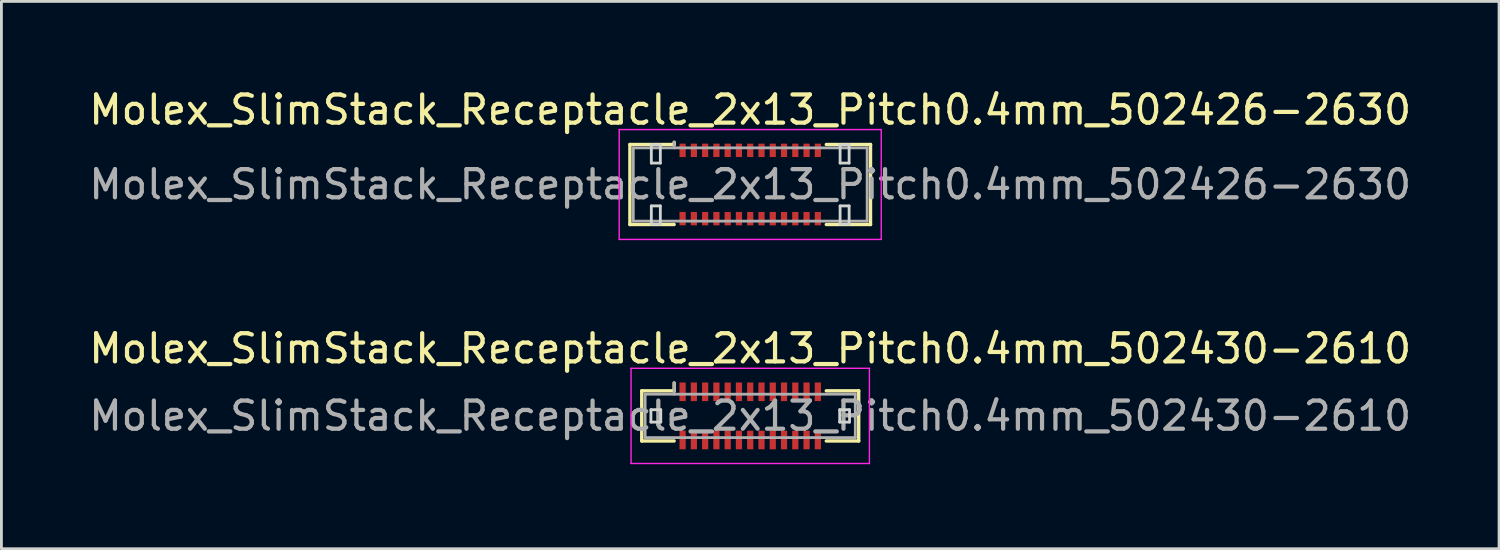
<source format=kicad_pcb>
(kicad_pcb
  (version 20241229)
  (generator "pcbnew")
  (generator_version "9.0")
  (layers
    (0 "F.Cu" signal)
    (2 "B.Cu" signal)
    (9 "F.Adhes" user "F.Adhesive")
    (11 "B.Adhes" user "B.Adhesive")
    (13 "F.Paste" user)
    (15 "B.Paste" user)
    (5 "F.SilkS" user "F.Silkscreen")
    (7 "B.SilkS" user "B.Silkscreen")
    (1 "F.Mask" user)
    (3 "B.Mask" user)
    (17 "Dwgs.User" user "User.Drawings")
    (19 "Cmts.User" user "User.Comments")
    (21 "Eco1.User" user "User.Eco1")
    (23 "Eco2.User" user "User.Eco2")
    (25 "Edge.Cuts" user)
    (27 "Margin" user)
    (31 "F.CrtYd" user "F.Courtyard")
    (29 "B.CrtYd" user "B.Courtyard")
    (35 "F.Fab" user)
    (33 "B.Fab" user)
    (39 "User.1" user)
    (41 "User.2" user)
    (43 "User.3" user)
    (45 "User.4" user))
  (footprint "Molex_SlimStack_Receptacle_2x13_Pitch0.4mm_502430-2610"
    (layer "F.Cu")
    (at 23.577 11.711)
    (property "Reference" "Molex_SlimStack_Receptacle_2x13_Pitch0.4mm_502430-2610" (at 0 -2.39 0) (layer "F.SilkS") (effects (font (size 1 1) (thickness 0.15))))
    (attr smd)
    (fp_line (start -3.85 -0.89) (end -2.7 -0.89) (stroke (width 0.12) (type solid)) (layer "F.SilkS"))
    (fp_line (start -3.85 0.89) (end -3.85 -0.89) (stroke (width 0.12) (type solid)) (layer "F.SilkS"))
    (fp_line (start -2.7 -0.89) (end -2.7 -1.17) (stroke (width 0.12) (type solid)) (layer "F.SilkS"))
    (fp_line (start -2.7 0.89) (end -3.85 0.89) (stroke (width 0.12) (type solid)) (layer "F.SilkS"))
    (fp_line (start 2.7 0.89) (end 3.85 0.89) (stroke (width 0.12) (type solid)) (layer "F.SilkS"))
    (fp_line (start 3.85 -0.89) (end 2.7 -0.89) (stroke (width 0.12) (type solid)) (layer "F.SilkS"))
    (fp_line (start 3.85 0.89) (end 3.85 -0.89) (stroke (width 0.12) (type solid)) (layer "F.SilkS"))
    (fp_line (start -3.525 -0.22) (end -3.525 0.22) (stroke (width 0.1) (type solid)) (layer "Edge.Cuts"))
    (fp_line (start -3.525 0.22) (end -3.175 0.22) (stroke (width 0.1) (type solid)) (layer "Edge.Cuts"))
    (fp_line (start -3.175 -0.22) (end -3.525 -0.22) (stroke (width 0.1) (type solid)) (layer "Edge.Cuts"))
    (fp_line (start -3.175 0.22) (end -3.175 -0.22) (stroke (width 0.1) (type solid)) (layer "Edge.Cuts"))
    (fp_line (start 3.175 -0.22) (end 3.175 0.22) (stroke (width 0.1) (type solid)) (layer "Edge.Cuts"))
    (fp_line (start 3.175 0.22) (end 3.525 0.22) (stroke (width 0.1) (type solid)) (layer "Edge.Cuts"))
    (fp_line (start 3.525 -0.22) (end 3.175 -0.22) (stroke (width 0.1) (type solid)) (layer "Edge.Cuts"))
    (fp_line (start 3.525 0.22) (end 3.525 -0.22) (stroke (width 0.1) (type solid)) (layer "Edge.Cuts"))
    (fp_line (start -4.23 -1.69) (end -4.23 1.69) (stroke (width 0.05) (type solid)) (layer "F.CrtYd"))
    (fp_line (start -4.23 1.69) (end 4.23 1.69) (stroke (width 0.05) (type solid)) (layer "F.CrtYd"))
    (fp_line (start 4.23 -1.69) (end -4.23 -1.69) (stroke (width 0.05) (type solid)) (layer "F.CrtYd"))
    (fp_line (start 4.23 1.69) (end 4.23 -1.69) (stroke (width 0.05) (type solid)) (layer "F.CrtYd"))
    (fp_line (start -3.73 -0.77) (end -3.73 0.77) (stroke (width 0.1) (type solid)) (layer "F.Fab"))
    (fp_line (start -3.73 0.77) (end 3.73 0.77) (stroke (width 0.1) (type solid)) (layer "F.Fab"))
    (fp_line (start -2.7 -0.77) (end -2.7 -1.17) (stroke (width 0.1) (type solid)) (layer "F.Fab"))
    (fp_line (start 3.73 -0.77) (end -3.73 -0.77) (stroke (width 0.1) (type solid)) (layer "F.Fab"))
    (fp_line (start 3.73 0.77) (end 3.73 -0.77) (stroke (width 0.1) (type solid)) (layer "F.Fab"))
    (fp_text user "${REFERENCE}" (at 0 0 0) (layer "F.Fab") (effects (font (size 1 1) (thickness 0.15))))
    (pad "1" smd rect (at -2.4 -0.855) (size 0.22 0.66) (layers "F.Cu" "F.Mask" "F.Paste"))
    (pad "2" smd rect (at -2.4 0.855) (size 0.22 0.66) (layers "F.Cu" "F.Mask" "F.Paste"))
    (pad "3" smd rect (at -2 -0.855) (size 0.22 0.66) (layers "F.Cu" "F.Mask" "F.Paste"))
    (pad "4" smd rect (at -2 0.855) (size 0.22 0.66) (layers "F.Cu" "F.Mask" "F.Paste"))
    (pad "5" smd rect (at -1.6 -0.855) (size 0.22 0.66) (layers "F.Cu" "F.Mask" "F.Paste"))
    (pad "6" smd rect (at -1.6 0.855) (size 0.22 0.66) (layers "F.Cu" "F.Mask" "F.Paste"))
    (pad "7" smd rect (at -1.2 -0.855) (size 0.22 0.66) (layers "F.Cu" "F.Mask" "F.Paste"))
    (pad "8" smd rect (at -1.2 0.855) (size 0.22 0.66) (layers "F.Cu" "F.Mask" "F.Paste"))
    (pad "9" smd rect (at -0.8 -0.855) (size 0.22 0.66) (layers "F.Cu" "F.Mask" "F.Paste"))
    (pad "10" smd rect (at -0.8 0.855) (size 0.22 0.66) (layers "F.Cu" "F.Mask" "F.Paste"))
    (pad "11" smd rect (at -0.4 -0.855) (size 0.22 0.66) (layers "F.Cu" "F.Mask" "F.Paste"))
    (pad "12" smd rect (at -0.4 0.855) (size 0.22 0.66) (layers "F.Cu" "F.Mask" "F.Paste"))
    (pad "13" smd rect (at 0 -0.855) (size 0.22 0.66) (layers "F.Cu" "F.Mask" "F.Paste"))
    (pad "14" smd rect (at 0 0.855) (size 0.22 0.66) (layers "F.Cu" "F.Mask" "F.Paste"))
    (pad "15" smd rect (at 0.4 -0.855) (size 0.22 0.66) (layers "F.Cu" "F.Mask" "F.Paste"))
    (pad "16" smd rect (at 0.4 0.855) (size 0.22 0.66) (layers "F.Cu" "F.Mask" "F.Paste"))
    (pad "17" smd rect (at 0.8 -0.855) (size 0.22 0.66) (layers "F.Cu" "F.Mask" "F.Paste"))
    (pad "18" smd rect (at 0.8 0.855) (size 0.22 0.66) (layers "F.Cu" "F.Mask" "F.Paste"))
    (pad "19" smd rect (at 1.2 -0.855) (size 0.22 0.66) (layers "F.Cu" "F.Mask" "F.Paste"))
    (pad "20" smd rect (at 1.2 0.855) (size 0.22 0.66) (layers "F.Cu" "F.Mask" "F.Paste"))
    (pad "21" smd rect (at 1.6 -0.855) (size 0.22 0.66) (layers "F.Cu" "F.Mask" "F.Paste"))
    (pad "22" smd rect (at 1.6 0.855) (size 0.22 0.66) (layers "F.Cu" "F.Mask" "F.Paste"))
    (pad "23" smd rect (at 2 -0.855) (size 0.22 0.66) (layers "F.Cu" "F.Mask" "F.Paste"))
    (pad "24" smd rect (at 2 0.855) (size 0.22 0.66) (layers "F.Cu" "F.Mask" "F.Paste"))
    (pad "25" smd rect (at 2.4 -0.855) (size 0.22 0.66) (layers "F.Cu" "F.Mask" "F.Paste"))
    (pad "26" smd rect (at 2.4 0.855) (size 0.22 0.66) (layers "F.Cu" "F.Mask" "F.Paste")))
  (footprint "Molex_SlimStack_Receptacle_2x13_Pitch0.4mm_502426-2630"
    (layer "F.Cu")
    (at 23.577 3.498)
    (property "Reference" "Molex_SlimStack_Receptacle_2x13_Pitch0.4mm_502426-2630" (at 0 -2.65 0) (layer "F.SilkS") (effects (font (size 1 1) (thickness 0.15))))
    (attr smd)
    (fp_line (start -4.27 -1.42) (end -2.7 -1.42) (stroke (width 0.12) (type solid)) (layer "F.SilkS"))
    (fp_line (start -4.27 1.42) (end -4.27 -1.42) (stroke (width 0.12) (type solid)) (layer "F.SilkS"))
    (fp_line (start -2.7 -1.42) (end -2.7 -1.5) (stroke (width 0.12) (type solid)) (layer "F.SilkS"))
    (fp_line (start -2.7 1.42) (end -4.27 1.42) (stroke (width 0.12) (type solid)) (layer "F.SilkS"))
    (fp_line (start 2.7 1.42) (end 4.27 1.42) (stroke (width 0.12) (type solid)) (layer "F.SilkS"))
    (fp_line (start 4.27 -1.42) (end 2.7 -1.42) (stroke (width 0.12) (type solid)) (layer "F.SilkS"))
    (fp_line (start 4.27 1.42) (end 4.27 -1.42) (stroke (width 0.12) (type solid)) (layer "F.SilkS"))
    (fp_line (start -3.51 -1.41) (end -3.51 -0.76) (stroke (width 0.1) (type solid)) (layer "Edge.Cuts"))
    (fp_line (start -3.51 -0.76) (end -3.19 -0.76) (stroke (width 0.1) (type solid)) (layer "Edge.Cuts"))
    (fp_line (start -3.51 0.76) (end -3.51 1.41) (stroke (width 0.1) (type solid)) (layer "Edge.Cuts"))
    (fp_line (start -3.51 1.41) (end -3.19 1.41) (stroke (width 0.1) (type solid)) (layer "Edge.Cuts"))
    (fp_line (start -3.19 -1.41) (end -3.51 -1.41) (stroke (width 0.1) (type solid)) (layer "Edge.Cuts"))
    (fp_line (start -3.19 -0.76) (end -3.19 -1.41) (stroke (width 0.1) (type solid)) (layer "Edge.Cuts"))
    (fp_line (start -3.19 0.76) (end -3.51 0.76) (stroke (width 0.1) (type solid)) (layer "Edge.Cuts"))
    (fp_line (start -3.19 1.41) (end -3.19 0.76) (stroke (width 0.1) (type solid)) (layer "Edge.Cuts"))
    (fp_line (start 3.19 -1.41) (end 3.19 -0.76) (stroke (width 0.1) (type solid)) (layer "Edge.Cuts"))
    (fp_line (start 3.19 -0.76) (end 3.51 -0.76) (stroke (width 0.1) (type solid)) (layer "Edge.Cuts"))
    (fp_line (start 3.19 0.76) (end 3.19 1.41) (stroke (width 0.1) (type solid)) (layer "Edge.Cuts"))
    (fp_line (start 3.19 1.41) (end 3.51 1.41) (stroke (width 0.1) (type solid)) (layer "Edge.Cuts"))
    (fp_line (start 3.51 -1.41) (end 3.19 -1.41) (stroke (width 0.1) (type solid)) (layer "Edge.Cuts"))
    (fp_line (start 3.51 -0.76) (end 3.51 -1.41) (stroke (width 0.1) (type solid)) (layer "Edge.Cuts"))
    (fp_line (start 3.51 0.76) (end 3.19 0.76) (stroke (width 0.1) (type solid)) (layer "Edge.Cuts"))
    (fp_line (start 3.51 1.41) (end 3.51 0.76) (stroke (width 0.1) (type solid)) (layer "Edge.Cuts"))
    (fp_line (start -4.65 -1.95) (end -4.65 1.95) (stroke (width 0.05) (type solid)) (layer "F.CrtYd"))
    (fp_line (start -4.65 1.95) (end 4.65 1.95) (stroke (width 0.05) (type solid)) (layer "F.CrtYd"))
    (fp_line (start 4.65 -1.95) (end -4.65 -1.95) (stroke (width 0.05) (type solid)) (layer "F.CrtYd"))
    (fp_line (start 4.65 1.95) (end 4.65 -1.95) (stroke (width 0.05) (type solid)) (layer "F.CrtYd"))
    (fp_line (start -4.15 -1.3) (end -4.15 1.3) (stroke (width 0.1) (type solid)) (layer "F.Fab"))
    (fp_line (start -4.15 1.3) (end 4.15 1.3) (stroke (width 0.1) (type solid)) (layer "F.Fab"))
    (fp_line (start -2.7 -1.3) (end -2.7 -1.5) (stroke (width 0.1) (type solid)) (layer "F.Fab"))
    (fp_line (start 4.15 -1.3) (end -4.15 -1.3) (stroke (width 0.1) (type solid)) (layer "F.Fab"))
    (fp_line (start 4.15 1.3) (end 4.15 -1.3) (stroke (width 0.1) (type solid)) (layer "F.Fab"))
    (fp_text user "${REFERENCE}" (at 0 0 0) (layer "F.Fab") (effects (font (size 1 1) (thickness 0.15))))
    (pad "1" smd rect (at -2.4 -1.212) (size 0.22 0.475) (layers "F.Cu" "F.Mask" "F.Paste"))
    (pad "2" smd rect (at -2.4 1.212) (size 0.22 0.475) (layers "F.Cu" "F.Mask" "F.Paste"))
    (pad "3" smd rect (at -2 -1.212) (size 0.22 0.475) (layers "F.Cu" "F.Mask" "F.Paste"))
    (pad "4" smd rect (at -2 1.212) (size 0.22 0.475) (layers "F.Cu" "F.Mask" "F.Paste"))
    (pad "5" smd rect (at -1.6 -1.212) (size 0.22 0.475) (layers "F.Cu" "F.Mask" "F.Paste"))
    (pad "6" smd rect (at -1.6 1.212) (size 0.22 0.475) (layers "F.Cu" "F.Mask" "F.Paste"))
    (pad "7" smd rect (at -1.2 -1.212) (size 0.22 0.475) (layers "F.Cu" "F.Mask" "F.Paste"))
    (pad "8" smd rect (at -1.2 1.212) (size 0.22 0.475) (layers "F.Cu" "F.Mask" "F.Paste"))
    (pad "9" smd rect (at -0.8 -1.212) (size 0.22 0.475) (layers "F.Cu" "F.Mask" "F.Paste"))
    (pad "10" smd rect (at -0.8 1.212) (size 0.22 0.475) (layers "F.Cu" "F.Mask" "F.Paste"))
    (pad "11" smd rect (at -0.4 -1.212) (size 0.22 0.475) (layers "F.Cu" "F.Mask" "F.Paste"))
    (pad "12" smd rect (at -0.4 1.212) (size 0.22 0.475) (layers "F.Cu" "F.Mask" "F.Paste"))
    (pad "13" smd rect (at 0 -1.212) (size 0.22 0.475) (layers "F.Cu" "F.Mask" "F.Paste"))
    (pad "14" smd rect (at 0 1.212) (size 0.22 0.475) (layers "F.Cu" "F.Mask" "F.Paste"))
    (pad "15" smd rect (at 0.4 -1.212) (size 0.22 0.475) (layers "F.Cu" "F.Mask" "F.Paste"))
    (pad "16" smd rect (at 0.4 1.212) (size 0.22 0.475) (layers "F.Cu" "F.Mask" "F.Paste"))
    (pad "17" smd rect (at 0.8 -1.212) (size 0.22 0.475) (layers "F.Cu" "F.Mask" "F.Paste"))
    (pad "18" smd rect (at 0.8 1.212) (size 0.22 0.475) (layers "F.Cu" "F.Mask" "F.Paste"))
    (pad "19" smd rect (at 1.2 -1.212) (size 0.22 0.475) (layers "F.Cu" "F.Mask" "F.Paste"))
    (pad "20" smd rect (at 1.2 1.212) (size 0.22 0.475) (layers "F.Cu" "F.Mask" "F.Paste"))
    (pad "21" smd rect (at 1.6 -1.212) (size 0.22 0.475) (layers "F.Cu" "F.Mask" "F.Paste"))
    (pad "22" smd rect (at 1.6 1.212) (size 0.22 0.475) (layers "F.Cu" "F.Mask" "F.Paste"))
    (pad "23" smd rect (at 2 -1.212) (size 0.22 0.475) (layers "F.Cu" "F.Mask" "F.Paste"))
    (pad "24" smd rect (at 2 1.212) (size 0.22 0.475) (layers "F.Cu" "F.Mask" "F.Paste"))
    (pad "25" smd rect (at 2.4 -1.212) (size 0.22 0.475) (layers "F.Cu" "F.Mask" "F.Paste"))
    (pad "26" smd rect (at 2.4 1.212) (size 0.22 0.475) (layers "F.Cu" "F.Mask" "F.Paste")))
  (gr_rect
    (start -3 -3)
    (end 50.155 16.427)
    (stroke (width 0.1) (type default))
    (fill no)
    (layer "Edge.Cuts")))
</source>
